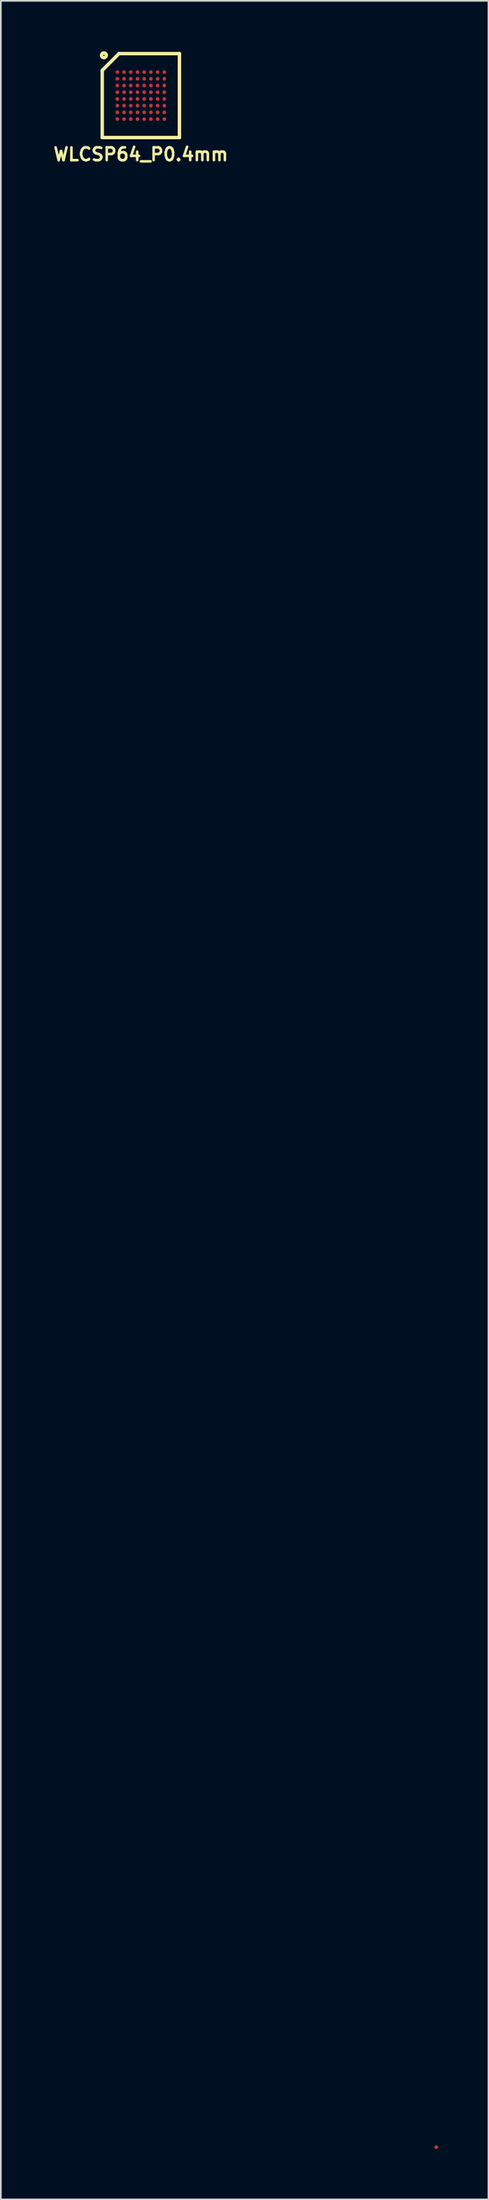
<source format=kicad_pcb>
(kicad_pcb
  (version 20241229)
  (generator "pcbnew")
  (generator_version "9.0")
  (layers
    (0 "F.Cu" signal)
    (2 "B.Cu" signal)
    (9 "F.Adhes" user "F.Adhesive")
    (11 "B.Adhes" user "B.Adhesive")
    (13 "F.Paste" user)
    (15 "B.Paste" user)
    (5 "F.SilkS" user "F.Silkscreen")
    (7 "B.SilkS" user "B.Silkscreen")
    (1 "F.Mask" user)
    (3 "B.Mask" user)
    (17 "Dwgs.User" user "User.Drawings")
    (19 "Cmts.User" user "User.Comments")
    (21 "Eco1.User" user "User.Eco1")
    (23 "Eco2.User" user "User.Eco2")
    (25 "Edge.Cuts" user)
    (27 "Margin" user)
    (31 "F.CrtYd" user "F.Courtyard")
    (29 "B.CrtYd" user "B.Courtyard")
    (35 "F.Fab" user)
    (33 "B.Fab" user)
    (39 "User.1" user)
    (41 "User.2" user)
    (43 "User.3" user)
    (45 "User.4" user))
  (footprint "WLCSP64_P0.4mm"
    (layer "F.Cu")
    (at 5.341 2.643)
    (property "Reference" "WLCSP64_P0.4mm" (at 0 3.5 0) (layer "F.SilkS") (effects (font (size 0.762 0.762) (thickness 0.152))))
    (attr smd)
    (fp_line (start -2.3 -1.5) (end -2.3 2.5) (stroke (width 0.203) (type solid)) (layer "F.SilkS"))
    (fp_line (start -2.3 -1.5) (end -1.3 -2.5) (stroke (width 0.203) (type solid)) (layer "F.SilkS"))
    (fp_line (start -1.3 -2.5) (end 2.3 -2.5) (stroke (width 0.203) (type solid)) (layer "F.SilkS"))
    (fp_line (start 2.3 -2.5) (end 2.3 2.5) (stroke (width 0.203) (type solid)) (layer "F.SilkS"))
    (fp_line (start 2.3 2.5) (end -2.3 2.5) (stroke (width 0.203) (type solid)) (layer "F.SilkS"))
    (fp_circle (center -2.2 -2.4) (end -2.3 -2.5) (stroke (width 0.203) (type solid)) (fill no) (layer "F.SilkS"))
    (pad "3" smd circle (at 17.6 122.2) (size 0.22 0.22) (layers "F.Cu" "F.Mask" "F.Paste"))
    (pad "A1" smd circle (at -1.4 -1.4) (size 0.22 0.22) (layers "F.Cu" "F.Mask" "F.Paste"))
    (pad "A2" smd circle (at -1 -1.4) (size 0.22 0.22) (layers "F.Cu" "F.Mask" "F.Paste"))
    (pad "A3" smd circle (at -0.6 -1.4) (size 0.22 0.22) (layers "F.Cu" "F.Mask" "F.Paste"))
    (pad "A4" smd circle (at -0.2 -1.4) (size 0.22 0.22) (layers "F.Cu" "F.Mask" "F.Paste"))
    (pad "A5" smd circle (at 0.2 -1.4) (size 0.22 0.22) (layers "F.Cu" "F.Mask" "F.Paste"))
    (pad "A6" smd circle (at 0.6 -1.4) (size 0.22 0.22) (layers "F.Cu" "F.Mask" "F.Paste"))
    (pad "A7" smd circle (at 1 -1.4) (size 0.22 0.22) (layers "F.Cu" "F.Mask" "F.Paste"))
    (pad "A8" smd circle (at 1.4 -1.4) (size 0.22 0.22) (layers "F.Cu" "F.Mask" "F.Paste"))
    (pad "B1" smd circle (at -1.4 -1) (size 0.22 0.22) (layers "F.Cu" "F.Mask" "F.Paste"))
    (pad "B2" smd circle (at -1 -1) (size 0.22 0.22) (layers "F.Cu" "F.Mask" "F.Paste"))
    (pad "B3" smd circle (at -0.6 -1) (size 0.22 0.22) (layers "F.Cu" "F.Mask" "F.Paste"))
    (pad "B4" smd circle (at -0.2 -1) (size 0.22 0.22) (layers "F.Cu" "F.Mask" "F.Paste"))
    (pad "B5" smd circle (at 0.2 -1) (size 0.22 0.22) (layers "F.Cu" "F.Mask" "F.Paste"))
    (pad "B6" smd circle (at 0.6 -1) (size 0.22 0.22) (layers "F.Cu" "F.Mask" "F.Paste"))
    (pad "B7" smd circle (at 1 -1) (size 0.22 0.22) (layers "F.Cu" "F.Mask" "F.Paste"))
    (pad "B8" smd circle (at 1.4 -1) (size 0.22 0.22) (layers "F.Cu" "F.Mask" "F.Paste"))
    (pad "C1" smd circle (at -1.4 -0.6) (size 0.22 0.22) (layers "F.Cu" "F.Mask" "F.Paste"))
    (pad "C2" smd circle (at -1 -0.6) (size 0.22 0.22) (layers "F.Cu" "F.Mask" "F.Paste"))
    (pad "C3" smd circle (at -0.6 -0.6) (size 0.22 0.22) (layers "F.Cu" "F.Mask" "F.Paste"))
    (pad "C4" smd circle (at -0.2 -0.6) (size 0.22 0.22) (layers "F.Cu" "F.Mask" "F.Paste"))
    (pad "C5" smd circle (at 0.2 -0.6) (size 0.22 0.22) (layers "F.Cu" "F.Mask" "F.Paste"))
    (pad "C6" smd circle (at 0.6 -0.6) (size 0.22 0.22) (layers "F.Cu" "F.Mask" "F.Paste"))
    (pad "C7" smd circle (at 1 -0.6) (size 0.22 0.22) (layers "F.Cu" "F.Mask" "F.Paste"))
    (pad "C8" smd circle (at 1.4 -0.6) (size 0.22 0.22) (layers "F.Cu" "F.Mask" "F.Paste"))
    (pad "D1" smd circle (at -1.4 -0.2) (size 0.22 0.22) (layers "F.Cu" "F.Mask" "F.Paste"))
    (pad "D2" smd circle (at -1 -0.2) (size 0.22 0.22) (layers "F.Cu" "F.Mask" "F.Paste"))
    (pad "D3" smd circle (at -0.6 -0.2) (size 0.22 0.22) (layers "F.Cu" "F.Mask" "F.Paste"))
    (pad "D4" smd circle (at -0.2 -0.2) (size 0.22 0.22) (layers "F.Cu" "F.Mask" "F.Paste"))
    (pad "D5" smd circle (at 0.2 -0.2) (size 0.22 0.22) (layers "F.Cu" "F.Mask" "F.Paste"))
    (pad "D6" smd circle (at 0.6 -0.2) (size 0.22 0.22) (layers "F.Cu" "F.Mask" "F.Paste"))
    (pad "D7" smd circle (at 1 -0.2) (size 0.22 0.22) (layers "F.Cu" "F.Mask" "F.Paste"))
    (pad "D8" smd circle (at 1.4 -0.2) (size 0.22 0.22) (layers "F.Cu" "F.Mask" "F.Paste"))
    (pad "E1" smd circle (at -1.4 0.2) (size 0.22 0.22) (layers "F.Cu" "F.Mask" "F.Paste"))
    (pad "E2" smd circle (at -1 0.2) (size 0.22 0.22) (layers "F.Cu" "F.Mask" "F.Paste"))
    (pad "E3" smd circle (at -0.6 0.2) (size 0.22 0.22) (layers "F.Cu" "F.Mask" "F.Paste"))
    (pad "E4" smd circle (at -0.2 0.2) (size 0.22 0.22) (layers "F.Cu" "F.Mask" "F.Paste"))
    (pad "E5" smd circle (at 0.2 0.2) (size 0.22 0.22) (layers "F.Cu" "F.Mask" "F.Paste"))
    (pad "E6" smd circle (at 0.6 0.2) (size 0.22 0.22) (layers "F.Cu" "F.Mask" "F.Paste"))
    (pad "E7" smd circle (at 1 0.2) (size 0.22 0.22) (layers "F.Cu" "F.Mask" "F.Paste"))
    (pad "E8" smd circle (at 1.4 0.2) (size 0.22 0.22) (layers "F.Cu" "F.Mask" "F.Paste"))
    (pad "F1" smd circle (at -1.4 0.6) (size 0.22 0.22) (layers "F.Cu" "F.Mask" "F.Paste"))
    (pad "F2" smd circle (at -1 0.6) (size 0.22 0.22) (layers "F.Cu" "F.Mask" "F.Paste"))
    (pad "F3" smd circle (at -0.6 0.6) (size 0.22 0.22) (layers "F.Cu" "F.Mask" "F.Paste"))
    (pad "F4" smd circle (at -0.2 0.6) (size 0.22 0.22) (layers "F.Cu" "F.Mask" "F.Paste"))
    (pad "F5" smd circle (at 0.2 0.6) (size 0.22 0.22) (layers "F.Cu" "F.Mask" "F.Paste"))
    (pad "F6" smd circle (at 0.6 0.6) (size 0.22 0.22) (layers "F.Cu" "F.Mask" "F.Paste"))
    (pad "F7" smd circle (at 1 0.6) (size 0.22 0.22) (layers "F.Cu" "F.Mask" "F.Paste"))
    (pad "F8" smd circle (at 1.4 0.6) (size 0.22 0.22) (layers "F.Cu" "F.Mask" "F.Paste"))
    (pad "G1" smd circle (at -1.4 1) (size 0.22 0.22) (layers "F.Cu" "F.Mask" "F.Paste"))
    (pad "G2" smd circle (at -1 1) (size 0.22 0.22) (layers "F.Cu" "F.Mask" "F.Paste"))
    (pad "G3" smd circle (at -0.6 1) (size 0.22 0.22) (layers "F.Cu" "F.Mask" "F.Paste"))
    (pad "G4" smd circle (at -0.2 1) (size 0.22 0.22) (layers "F.Cu" "F.Mask" "F.Paste"))
    (pad "G5" smd circle (at 0.2 1) (size 0.22 0.22) (layers "F.Cu" "F.Mask" "F.Paste"))
    (pad "G6" smd circle (at 0.6 1) (size 0.22 0.22) (layers "F.Cu" "F.Mask" "F.Paste"))
    (pad "G7" smd circle (at 1 1) (size 0.22 0.22) (layers "F.Cu" "F.Mask" "F.Paste"))
    (pad "G8" smd circle (at 1.4 1) (size 0.22 0.22) (layers "F.Cu" "F.Mask" "F.Paste"))
    (pad "H1" smd circle (at -1.4 1.4) (size 0.22 0.22) (layers "F.Cu" "F.Mask" "F.Paste"))
    (pad "H2" smd circle (at -1 1.4) (size 0.22 0.22) (layers "F.Cu" "F.Mask" "F.Paste"))
    (pad "H3" smd circle (at -0.6 1.4) (size 0.22 0.22) (layers "F.Cu" "F.Mask" "F.Paste"))
    (pad "H4" smd circle (at -0.2 1.4) (size 0.22 0.22) (layers "F.Cu" "F.Mask" "F.Paste"))
    (pad "H5" smd circle (at 0.2 1.4) (size 0.22 0.22) (layers "F.Cu" "F.Mask" "F.Paste"))
    (pad "H6" smd circle (at 0.6 1.4) (size 0.22 0.22) (layers "F.Cu" "F.Mask" "F.Paste"))
    (pad "H7" smd circle (at 1 1.4) (size 0.22 0.22) (layers "F.Cu" "F.Mask" "F.Paste"))
    (pad "H8" smd circle (at 1.4 1.4) (size 0.22 0.22) (layers "F.Cu" "F.Mask" "F.Paste")))
  (gr_rect
    (start -3 -3)
    (end 26.051 127.953)
    (stroke (width 0.1) (type default))
    (fill no)
    (layer "Edge.Cuts")))
</source>
